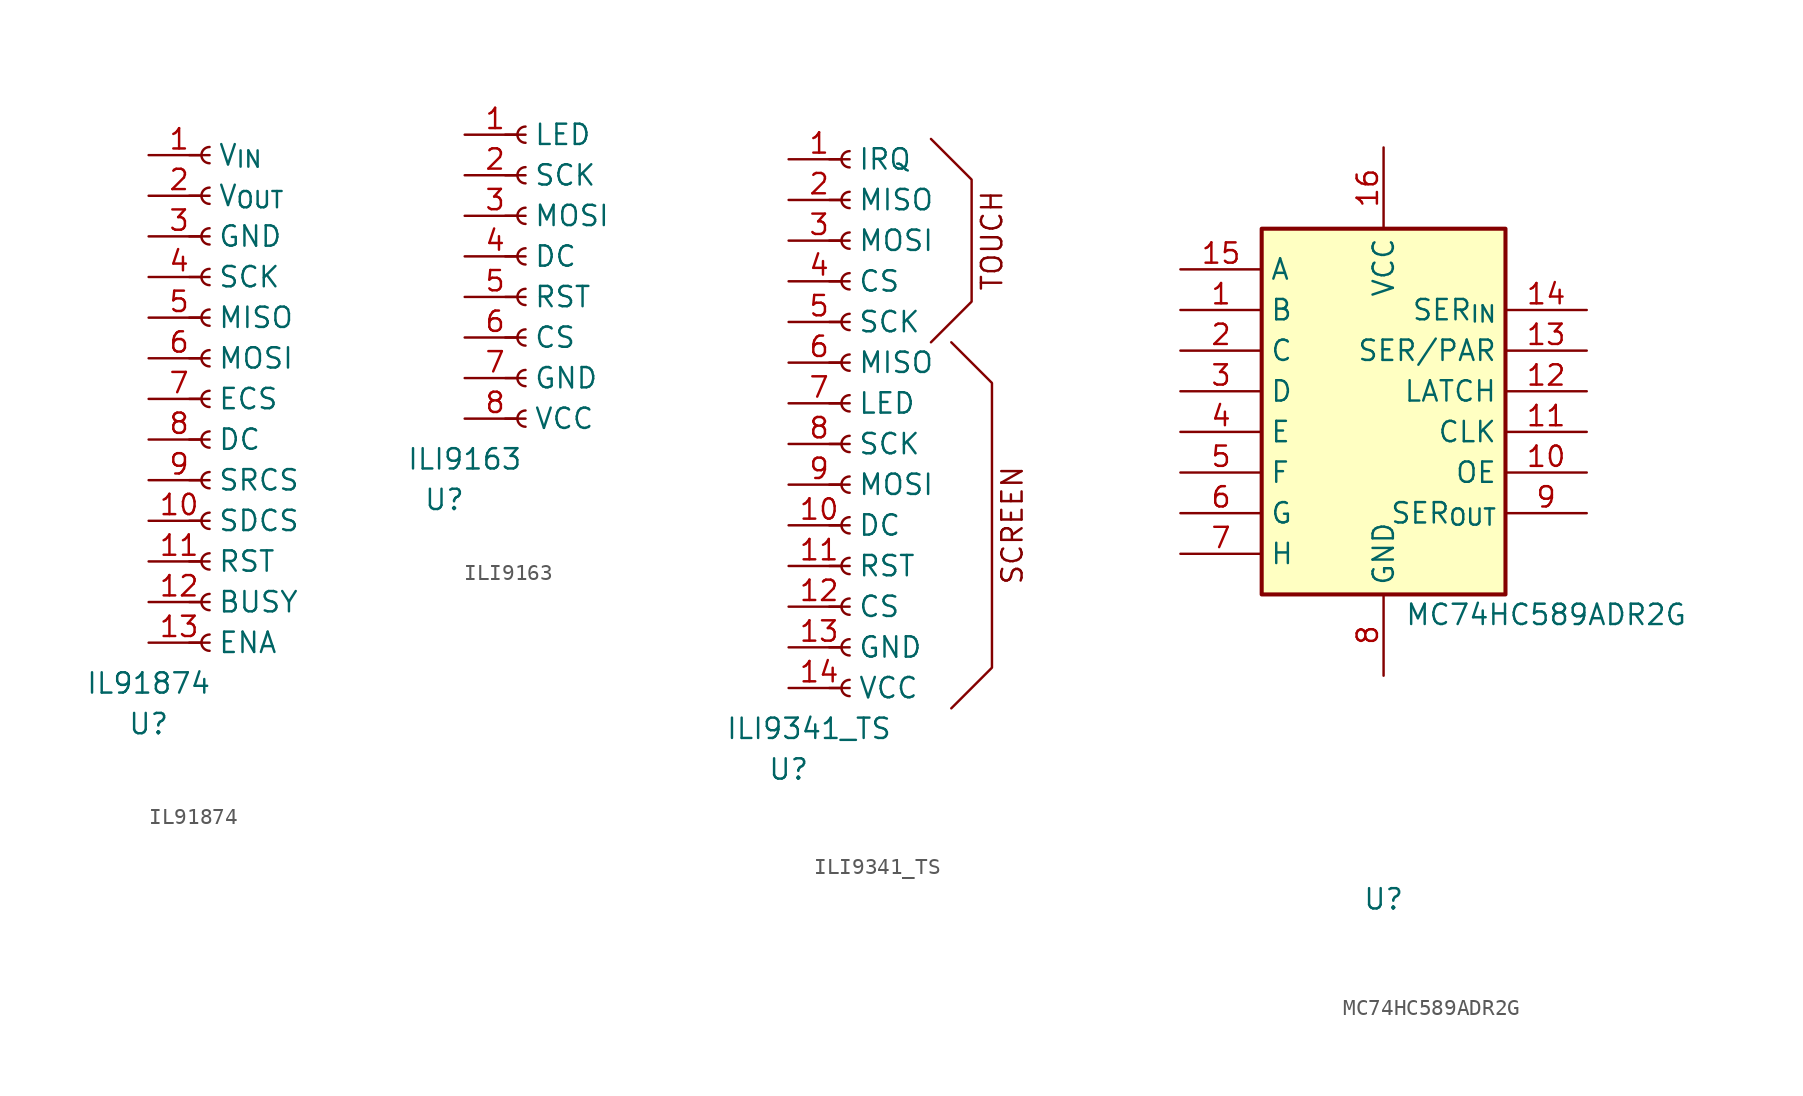
<source format=kicad_sym>
(kicad_symbol_lib
  (version 20211014)
  (generator kicad_symbol_editor)
  (symbol "IL91874"
    (property "Reference" "U"
      (at 0 -2.54 0)
      (effects (font (size 1.27 1.27))))
    (property "Value" "IL91874"
      (at 0 0 0)
      (effects (font (size 1.27 1.27))))
    (symbol "IL91874_1_1"
      (polyline (pts (xy 2.54 2.54) (xy 3.302 2.54)) (stroke (width 0.152) (type default) (color 0 0 0 0)) (fill (type none)))
      (polyline (pts (xy 2.54 5.08) (xy 3.302 5.08)) (stroke (width 0.152) (type default) (color 0 0 0 0)) (fill (type none)))
      (polyline (pts (xy 2.54 7.62) (xy 3.302 7.62)) (stroke (width 0.152) (type default) (color 0 0 0 0)) (fill (type none)))
      (polyline (pts (xy 2.54 10.16) (xy 3.302 10.16)) (stroke (width 0.152) (type default) (color 0 0 0 0)) (fill (type none)))
      (polyline (pts (xy 2.54 12.7) (xy 3.302 12.7)) (stroke (width 0.152) (type default) (color 0 0 0 0)) (fill (type none)))
      (polyline (pts (xy 2.54 15.24) (xy 3.302 15.24)) (stroke (width 0.152) (type default) (color 0 0 0 0)) (fill (type none)))
      (polyline (pts (xy 2.54 17.78) (xy 3.302 17.78)) (stroke (width 0.152) (type default) (color 0 0 0 0)) (fill (type none)))
      (polyline (pts (xy 2.54 20.32) (xy 3.302 20.32)) (stroke (width 0.152) (type default) (color 0 0 0 0)) (fill (type none)))
      (polyline (pts (xy 2.54 22.86) (xy 3.302 22.86)) (stroke (width 0.152) (type default) (color 0 0 0 0)) (fill (type none)))
      (polyline (pts (xy 2.54 25.4) (xy 3.302 25.4)) (stroke (width 0.152) (type default) (color 0 0 0 0)) (fill (type none)))
      (polyline (pts (xy 2.54 27.94) (xy 3.302 27.94)) (stroke (width 0.152) (type default) (color 0 0 0 0)) (fill (type none)))
      (polyline (pts (xy 2.54 30.48) (xy 3.302 30.48)) (stroke (width 0.152) (type default) (color 0 0 0 0)) (fill (type none)))
      (polyline (pts (xy 2.54 33.02) (xy 3.302 33.02)) (stroke (width 0.152) (type default) (color 0 0 0 0)) (fill (type none)))
      (arc (start 3.81 3.048) (mid 3.302 2.54) (end 3.81 2.032) (stroke (width 0.1524) (type default) (color 0 0 0 0)) (fill (type none)))
      (arc (start 3.81 5.588) (mid 3.302 5.08) (end 3.81 4.572) (stroke (width 0.1524) (type default) (color 0 0 0 0)) (fill (type none)))
      (arc (start 3.81 8.128) (mid 3.302 7.62) (end 3.81 7.112) (stroke (width 0.1524) (type default) (color 0 0 0 0)) (fill (type none)))
      (arc (start 3.81 10.668) (mid 3.302 10.16) (end 3.81 9.652) (stroke (width 0.1524) (type default) (color 0 0 0 0)) (fill (type none)))
      (arc (start 3.81 13.208) (mid 3.302 12.7) (end 3.81 12.192) (stroke (width 0.1524) (type default) (color 0 0 0 0)) (fill (type none)))
      (arc (start 3.81 15.748) (mid 3.302 15.24) (end 3.81 14.732) (stroke (width 0.1524) (type default) (color 0 0 0 0)) (fill (type none)))
      (arc (start 3.81 18.288) (mid 3.302 17.78) (end 3.81 17.272) (stroke (width 0.1524) (type default) (color 0 0 0 0)) (fill (type none)))
      (arc (start 3.81 20.828) (mid 3.302 20.32) (end 3.81 19.812) (stroke (width 0.1524) (type default) (color 0 0 0 0)) (fill (type none)))
      (arc (start 3.81 23.368) (mid 3.302 22.86) (end 3.81 22.352) (stroke (width 0.1524) (type default) (color 0 0 0 0)) (fill (type none)))
      (arc (start 3.81 25.908) (mid 3.302 25.4) (end 3.81 24.892) (stroke (width 0.1524) (type default) (color 0 0 0 0)) (fill (type none)))
      (arc (start 3.81 28.448) (mid 3.302 27.94) (end 3.81 27.432) (stroke (width 0.1524) (type default) (color 0 0 0 0)) (fill (type none)))
      (arc (start 3.81 30.988) (mid 3.302 30.48) (end 3.81 29.972) (stroke (width 0.1524) (type default) (color 0 0 0 0)) (fill (type none)))
      (arc (start 3.81 33.528) (mid 3.302 33.02) (end 3.81 32.512) (stroke (width 0.1524) (type default) (color 0 0 0 0)) (fill (type none)))
      (pin passive line (at 0 33.02 0) (length 3.81) (name "V_{IN}" (effects (font (size 1.27 1.27)))) (number "1" (effects (font (size 1.27 1.27)))))
      (pin passive line (at 0 10.16 0) (length 3.81) (name "SDCS" (effects (font (size 1.27 1.27)))) (number "10" (effects (font (size 1.27 1.27)))))
      (pin passive line (at 0 7.62 0) (length 3.81) (name "RST" (effects (font (size 1.27 1.27)))) (number "11" (effects (font (size 1.27 1.27)))))
      (pin passive line (at 0 5.08 0) (length 3.81) (name "BUSY" (effects (font (size 1.27 1.27)))) (number "12" (effects (font (size 1.27 1.27)))))
      (pin passive line (at 0 2.54 0) (length 3.81) (name "ENA" (effects (font (size 1.27 1.27)))) (number "13" (effects (font (size 1.27 1.27)))))
      (pin passive line (at 0 30.48 0) (length 3.81) (name "V_{OUT}" (effects (font (size 1.27 1.27)))) (number "2" (effects (font (size 1.27 1.27)))))
      (pin passive line (at 0 27.94 0) (length 3.81) (name "GND" (effects (font (size 1.27 1.27)))) (number "3" (effects (font (size 1.27 1.27)))))
      (pin passive line (at 0 25.4 0) (length 3.81) (name "SCK" (effects (font (size 1.27 1.27)))) (number "4" (effects (font (size 1.27 1.27)))))
      (pin passive line (at 0 22.86 0) (length 3.81) (name "MISO" (effects (font (size 1.27 1.27)))) (number "5" (effects (font (size 1.27 1.27)))))
      (pin passive line (at 0 20.32 0) (length 3.81) (name "MOSI" (effects (font (size 1.27 1.27)))) (number "6" (effects (font (size 1.27 1.27)))))
      (pin passive line (at 0 17.78 0) (length 3.81) (name "ECS" (effects (font (size 1.27 1.27)))) (number "7" (effects (font (size 1.27 1.27)))))
      (pin passive line (at 0 15.24 0) (length 3.81) (name "DC" (effects (font (size 1.27 1.27)))) (number "8" (effects (font (size 1.27 1.27)))))
      (pin passive line (at 0 12.7 0) (length 3.81) (name "SRCS" (effects (font (size 1.27 1.27)))) (number "9" (effects (font (size 1.27 1.27)))))))
  (symbol "ILI9163"
    (property "Reference" "U"
      (at -1.27 -2.54 0)
      (effects (font (size 1.27 1.27))))
    (property "Value" "ILI9163"
      (at 0 0 0)
      (effects (font (size 1.27 1.27))))
    (symbol "ILI9163_1_1"
      (polyline (pts (xy 2.54 2.54) (xy 3.302 2.54)) (stroke (width 0.152) (type default) (color 0 0 0 0)) (fill (type none)))
      (polyline (pts (xy 2.54 5.08) (xy 3.302 5.08)) (stroke (width 0.152) (type default) (color 0 0 0 0)) (fill (type none)))
      (polyline (pts (xy 2.54 7.62) (xy 3.302 7.62)) (stroke (width 0.152) (type default) (color 0 0 0 0)) (fill (type none)))
      (polyline (pts (xy 2.54 10.16) (xy 3.302 10.16)) (stroke (width 0.152) (type default) (color 0 0 0 0)) (fill (type none)))
      (polyline (pts (xy 2.54 12.7) (xy 3.302 12.7)) (stroke (width 0.152) (type default) (color 0 0 0 0)) (fill (type none)))
      (polyline (pts (xy 2.54 15.24) (xy 3.302 15.24)) (stroke (width 0.152) (type default) (color 0 0 0 0)) (fill (type none)))
      (polyline (pts (xy 2.54 17.78) (xy 3.302 17.78)) (stroke (width 0.152) (type default) (color 0 0 0 0)) (fill (type none)))
      (polyline (pts (xy 2.54 20.32) (xy 3.302 20.32)) (stroke (width 0.152) (type default) (color 0 0 0 0)) (fill (type none)))
      (arc (start 3.81 3.048) (mid 3.302 2.54) (end 3.81 2.032) (stroke (width 0.1524) (type default) (color 0 0 0 0)) (fill (type none)))
      (arc (start 3.81 5.588) (mid 3.302 5.08) (end 3.81 4.572) (stroke (width 0.1524) (type default) (color 0 0 0 0)) (fill (type none)))
      (arc (start 3.81 8.128) (mid 3.302 7.62) (end 3.81 7.112) (stroke (width 0.1524) (type default) (color 0 0 0 0)) (fill (type none)))
      (arc (start 3.81 10.668) (mid 3.302 10.16) (end 3.81 9.652) (stroke (width 0.1524) (type default) (color 0 0 0 0)) (fill (type none)))
      (arc (start 3.81 13.208) (mid 3.302 12.7) (end 3.81 12.192) (stroke (width 0.1524) (type default) (color 0 0 0 0)) (fill (type none)))
      (arc (start 3.81 15.748) (mid 3.302 15.24) (end 3.81 14.732) (stroke (width 0.1524) (type default) (color 0 0 0 0)) (fill (type none)))
      (arc (start 3.81 18.288) (mid 3.302 17.78) (end 3.81 17.272) (stroke (width 0.1524) (type default) (color 0 0 0 0)) (fill (type none)))
      (arc (start 3.81 20.828) (mid 3.302 20.32) (end 3.81 19.812) (stroke (width 0.1524) (type default) (color 0 0 0 0)) (fill (type none)))
      (pin passive line (at 0 20.32 0) (length 3.81) (name "LED" (effects (font (size 1.27 1.27)))) (number "1" (effects (font (size 1.27 1.27)))))
      (pin passive line (at 0 17.78 0) (length 3.81) (name "SCK" (effects (font (size 1.27 1.27)))) (number "2" (effects (font (size 1.27 1.27)))))
      (pin passive line (at 0 15.24 0) (length 3.81) (name "MOSI" (effects (font (size 1.27 1.27)))) (number "3" (effects (font (size 1.27 1.27)))))
      (pin passive line (at 0 12.7 0) (length 3.81) (name "DC" (effects (font (size 1.27 1.27)))) (number "4" (effects (font (size 1.27 1.27)))))
      (pin passive line (at 0 10.16 0) (length 3.81) (name "RST" (effects (font (size 1.27 1.27)))) (number "5" (effects (font (size 1.27 1.27)))))
      (pin passive line (at 0 7.62 0) (length 3.81) (name "CS" (effects (font (size 1.27 1.27)))) (number "6" (effects (font (size 1.27 1.27)))))
      (pin passive line (at 0 5.08 0) (length 3.81) (name "GND" (effects (font (size 1.27 1.27)))) (number "7" (effects (font (size 1.27 1.27)))))
      (pin passive line (at 0 2.54 0) (length 3.81) (name "VCC" (effects (font (size 1.27 1.27)))) (number "8" (effects (font (size 1.27 1.27)))))))
  (symbol "ILI9341_TS"
    (property "Reference" "U"
      (at -1.27 -2.54 0)
      (effects (font (size 1.27 1.27))))
    (property "Value" "ILI9341_TS"
      (at 0 0 0)
      (effects (font (size 1.27 1.27))))
    (symbol "ILI9341_TS_0_0"
      (polyline (pts (xy 7.62 24.13) (xy 10.16 26.67) (xy 10.16 34.29) (xy 7.62 36.83)) (stroke (width 0) (type default) (color 0 0 0 0)) (fill (type none)))
      (text "SCREEN" (at 12.7 12.7 900) (effects (font (size 1.27 1.27))))
      (text "TOUCH" (at 11.43 30.48 900) (effects (font (size 1.27 1.27)))))
    (symbol "ILI9341_TS_0_1"
      (polyline (pts (xy 8.89 1.27) (xy 11.43 3.81) (xy 11.43 21.59) (xy 8.89 24.13)) (stroke (width 0) (type default) (color 0 0 0 0)) (fill (type none))))
    (symbol "ILI9341_TS_1_1"
      (polyline (pts (xy 1.27 2.54) (xy 2.032 2.54)) (stroke (width 0.152) (type default) (color 0 0 0 0)) (fill (type none)))
      (polyline (pts (xy 1.27 5.08) (xy 2.032 5.08)) (stroke (width 0.152) (type default) (color 0 0 0 0)) (fill (type none)))
      (polyline (pts (xy 1.27 7.62) (xy 2.032 7.62)) (stroke (width 0.152) (type default) (color 0 0 0 0)) (fill (type none)))
      (polyline (pts (xy 1.27 10.16) (xy 2.032 10.16)) (stroke (width 0.152) (type default) (color 0 0 0 0)) (fill (type none)))
      (polyline (pts (xy 1.27 12.7) (xy 2.032 12.7)) (stroke (width 0.152) (type default) (color 0 0 0 0)) (fill (type none)))
      (polyline (pts (xy 1.27 15.24) (xy 2.032 15.24)) (stroke (width 0.152) (type default) (color 0 0 0 0)) (fill (type none)))
      (polyline (pts (xy 1.27 17.78) (xy 2.032 17.78)) (stroke (width 0.152) (type default) (color 0 0 0 0)) (fill (type none)))
      (polyline (pts (xy 1.27 20.32) (xy 2.032 20.32)) (stroke (width 0.152) (type default) (color 0 0 0 0)) (fill (type none)))
      (polyline (pts (xy 1.27 22.86) (xy 2.032 22.86)) (stroke (width 0.152) (type default) (color 0 0 0 0)) (fill (type none)))
      (polyline (pts (xy 1.27 25.4) (xy 2.032 25.4)) (stroke (width 0.152) (type default) (color 0 0 0 0)) (fill (type none)))
      (polyline (pts (xy 1.27 27.94) (xy 2.032 27.94)) (stroke (width 0.152) (type default) (color 0 0 0 0)) (fill (type none)))
      (polyline (pts (xy 1.27 30.48) (xy 2.032 30.48)) (stroke (width 0.152) (type default) (color 0 0 0 0)) (fill (type none)))
      (polyline (pts (xy 1.27 33.02) (xy 2.032 33.02)) (stroke (width 0.152) (type default) (color 0 0 0 0)) (fill (type none)))
      (polyline (pts (xy 1.27 35.56) (xy 2.032 35.56)) (stroke (width 0.152) (type default) (color 0 0 0 0)) (fill (type none)))
      (arc (start 2.54 3.048) (mid 2.032 2.54) (end 2.54 2.032) (stroke (width 0.1524) (type default) (color 0 0 0 0)) (fill (type none)))
      (arc (start 2.54 5.588) (mid 2.032 5.08) (end 2.54 4.572) (stroke (width 0.1524) (type default) (color 0 0 0 0)) (fill (type none)))
      (arc (start 2.54 8.128) (mid 2.032 7.62) (end 2.54 7.112) (stroke (width 0.1524) (type default) (color 0 0 0 0)) (fill (type none)))
      (arc (start 2.54 10.668) (mid 2.032 10.16) (end 2.54 9.652) (stroke (width 0.1524) (type default) (color 0 0 0 0)) (fill (type none)))
      (arc (start 2.54 13.208) (mid 2.032 12.7) (end 2.54 12.192) (stroke (width 0.1524) (type default) (color 0 0 0 0)) (fill (type none)))
      (arc (start 2.54 15.748) (mid 2.032 15.24) (end 2.54 14.732) (stroke (width 0.1524) (type default) (color 0 0 0 0)) (fill (type none)))
      (arc (start 2.54 18.288) (mid 2.032 17.78) (end 2.54 17.272) (stroke (width 0.1524) (type default) (color 0 0 0 0)) (fill (type none)))
      (arc (start 2.54 20.828) (mid 2.032 20.32) (end 2.54 19.812) (stroke (width 0.1524) (type default) (color 0 0 0 0)) (fill (type none)))
      (arc (start 2.54 23.368) (mid 2.032 22.86) (end 2.54 22.352) (stroke (width 0.1524) (type default) (color 0 0 0 0)) (fill (type none)))
      (arc (start 2.54 25.908) (mid 2.032 25.4) (end 2.54 24.892) (stroke (width 0.1524) (type default) (color 0 0 0 0)) (fill (type none)))
      (arc (start 2.54 28.448) (mid 2.032 27.94) (end 2.54 27.432) (stroke (width 0.1524) (type default) (color 0 0 0 0)) (fill (type none)))
      (arc (start 2.54 30.988) (mid 2.032 30.48) (end 2.54 29.972) (stroke (width 0.1524) (type default) (color 0 0 0 0)) (fill (type none)))
      (arc (start 2.54 33.528) (mid 2.032 33.02) (end 2.54 32.512) (stroke (width 0.1524) (type default) (color 0 0 0 0)) (fill (type none)))
      (arc (start 2.54 36.068) (mid 2.032 35.56) (end 2.54 35.052) (stroke (width 0.1524) (type default) (color 0 0 0 0)) (fill (type none)))
      (pin passive line (at -1.27 35.56 0) (length 3.81) (name "IRQ" (effects (font (size 1.27 1.27)))) (number "1" (effects (font (size 1.27 1.27)))))
      (pin passive line (at -1.27 12.7 0) (length 3.81) (name "DC" (effects (font (size 1.27 1.27)))) (number "10" (effects (font (size 1.27 1.27)))))
      (pin passive line (at -1.27 10.16 0) (length 3.81) (name "RST" (effects (font (size 1.27 1.27)))) (number "11" (effects (font (size 1.27 1.27)))))
      (pin passive line (at -1.27 7.62 0) (length 3.81) (name "CS" (effects (font (size 1.27 1.27)))) (number "12" (effects (font (size 1.27 1.27)))))
      (pin passive line (at -1.27 5.08 0) (length 3.81) (name "GND" (effects (font (size 1.27 1.27)))) (number "13" (effects (font (size 1.27 1.27)))))
      (pin passive line (at -1.27 2.54 0) (length 3.81) (name "VCC" (effects (font (size 1.27 1.27)))) (number "14" (effects (font (size 1.27 1.27)))))
      (pin passive line (at -1.27 33.02 0) (length 3.81) (name "MISO" (effects (font (size 1.27 1.27)))) (number "2" (effects (font (size 1.27 1.27)))))
      (pin passive line (at -1.27 30.48 0) (length 3.81) (name "MOSI" (effects (font (size 1.27 1.27)))) (number "3" (effects (font (size 1.27 1.27)))))
      (pin passive line (at -1.27 27.94 0) (length 3.81) (name "CS" (effects (font (size 1.27 1.27)))) (number "4" (effects (font (size 1.27 1.27)))))
      (pin passive line (at -1.27 25.4 0) (length 3.81) (name "SCK" (effects (font (size 1.27 1.27)))) (number "5" (effects (font (size 1.27 1.27)))))
      (pin passive line (at -1.27 22.86 0) (length 3.81) (name "MISO" (effects (font (size 1.27 1.27)))) (number "6" (effects (font (size 1.27 1.27)))))
      (pin passive line (at -1.27 20.32 0) (length 3.81) (name "LED" (effects (font (size 1.27 1.27)))) (number "7" (effects (font (size 1.27 1.27)))))
      (pin passive line (at -1.27 17.78 0) (length 3.81) (name "SCK" (effects (font (size 1.27 1.27)))) (number "8" (effects (font (size 1.27 1.27)))))
      (pin passive line (at -1.27 15.24 0) (length 3.81) (name "MOSI" (effects (font (size 1.27 1.27)))) (number "9" (effects (font (size 1.27 1.27)))))))
  (symbol "MC74HC589ADR2G"
    (property "Reference" "U"
      (at 0 0 0)
      (effects (font (size 1.27 1.27))))
    (property "Value" "MC74HC589ADR2G"
      (at 10.16 17.78 0)
      (effects (font (size 1.27 1.27))))
    (symbol "MC74HC589ADR2G_1_0"
      (pin input line (at -12.7 36.83 0) (length 5.08) (name "B" (effects (font (size 1.27 1.27)))) (number "1" (effects (font (size 1.27 1.27)))))
      (pin input line (at 12.7 26.67 180) (length 5.08) (name "OE" (effects (font (size 1.27 1.27)))) (number "10" (effects (font (size 1.27 1.27)))))
      (pin input line (at 12.7 29.21 180) (length 5.08) (name "CLK" (effects (font (size 1.27 1.27)))) (number "11" (effects (font (size 1.27 1.27)))))
      (pin input line (at 12.7 31.75 180) (length 5.08) (name "LATCH" (effects (font (size 1.27 1.27)))) (number "12" (effects (font (size 1.27 1.27)))))
      (pin input line (at 12.7 34.29 180) (length 5.08) (name "SER/PAR" (effects (font (size 1.27 1.27)))) (number "13" (effects (font (size 1.27 1.27)))))
      (pin input line (at 12.7 36.83 180) (length 5.08) (name "SER_{IN}" (effects (font (size 1.27 1.27)))) (number "14" (effects (font (size 1.27 1.27)))))
      (pin input line (at -12.7 39.37 0) (length 5.08) (name "A" (effects (font (size 1.27 1.27)))) (number "15" (effects (font (size 1.27 1.27)))))
      (pin power_in line (at 0 46.99 270) (length 5.08) (name "VCC" (effects (font (size 1.27 1.27)))) (number "16" (effects (font (size 1.27 1.27)))))
      (pin input line (at -12.7 34.29 0) (length 5.08) (name "C" (effects (font (size 1.27 1.27)))) (number "2" (effects (font (size 1.27 1.27)))))
      (pin input line (at -12.7 31.75 0) (length 5.08) (name "D" (effects (font (size 1.27 1.27)))) (number "3" (effects (font (size 1.27 1.27)))))
      (pin input line (at -12.7 29.21 0) (length 5.08) (name "E" (effects (font (size 1.27 1.27)))) (number "4" (effects (font (size 1.27 1.27)))))
      (pin input line (at -12.7 26.67 0) (length 5.08) (name "F" (effects (font (size 1.27 1.27)))) (number "5" (effects (font (size 1.27 1.27)))))
      (pin input line (at -12.7 24.13 0) (length 5.08) (name "G" (effects (font (size 1.27 1.27)))) (number "6" (effects (font (size 1.27 1.27)))))
      (pin input line (at -12.7 21.59 0) (length 5.08) (name "H" (effects (font (size 1.27 1.27)))) (number "7" (effects (font (size 1.27 1.27)))))
      (pin power_in line (at 0 13.97 90) (length 5.08) (name "GND" (effects (font (size 1.27 1.27)))) (number "8" (effects (font (size 1.27 1.27)))))
      (pin output line (at 12.7 24.13 180) (length 5.08) (name "SER_{OUT}" (effects (font (size 1.27 1.27)))) (number "9" (effects (font (size 1.27 1.27))))))
    (symbol "MC74HC589ADR2G_1_1"
      (rectangle (start -7.62 41.91) (end 7.62 19.05) (stroke (width 0.254) (type default) (color 0 0 0 0)) (fill (type background))))))
</source>
